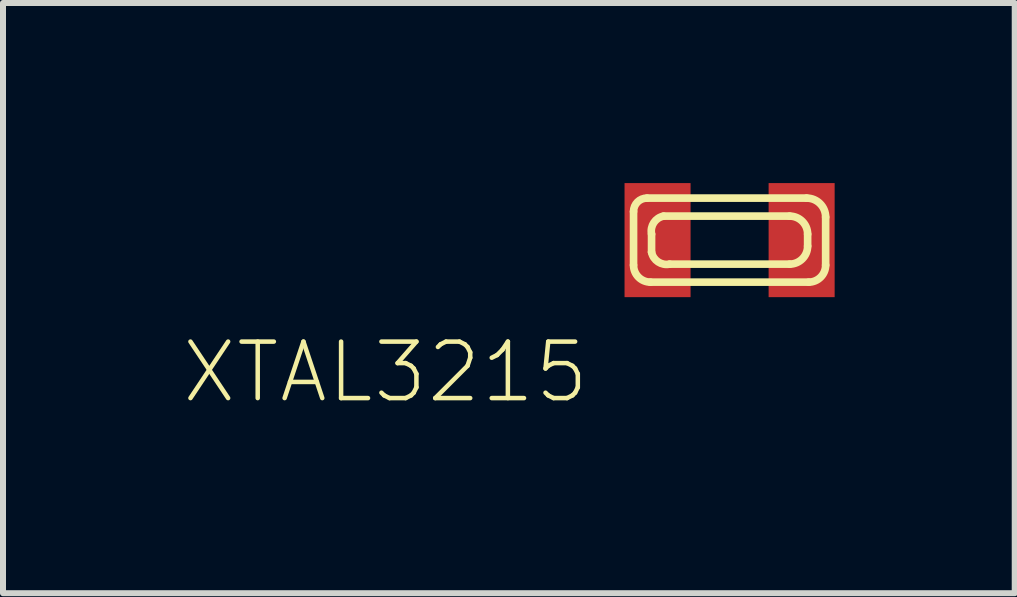
<source format=kicad_pcb>
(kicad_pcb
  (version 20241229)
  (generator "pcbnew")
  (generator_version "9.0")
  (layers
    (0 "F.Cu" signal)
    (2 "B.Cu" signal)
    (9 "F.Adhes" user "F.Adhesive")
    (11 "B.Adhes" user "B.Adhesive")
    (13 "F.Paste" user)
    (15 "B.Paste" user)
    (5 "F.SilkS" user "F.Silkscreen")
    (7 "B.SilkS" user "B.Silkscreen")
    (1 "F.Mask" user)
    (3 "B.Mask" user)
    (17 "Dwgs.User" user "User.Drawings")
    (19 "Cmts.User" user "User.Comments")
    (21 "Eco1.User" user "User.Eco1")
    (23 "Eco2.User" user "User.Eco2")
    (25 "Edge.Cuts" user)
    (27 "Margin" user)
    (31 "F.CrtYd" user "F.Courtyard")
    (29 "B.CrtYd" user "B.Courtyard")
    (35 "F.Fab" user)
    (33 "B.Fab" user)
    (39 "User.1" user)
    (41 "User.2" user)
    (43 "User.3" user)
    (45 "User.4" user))
  (footprint "XTAL3215"
    (layer "F.Cu")
    (at 9.104 0.95)
    (property "Reference" "XTAL3215" (at -2.3 2.2 180) (layer "F.SilkS") (effects (font (size 0.941 0.941) (thickness 0.075)) (justify right)))
    (fp_line (start -1.6 0.417) (end -1.6 -0.476) (stroke (width 0.127) (type solid)) (layer "F.SilkS"))
    (fp_line (start -1.376 -0.7) (end 1.284 -0.7) (stroke (width 0.127) (type solid)) (layer "F.SilkS"))
    (fp_line (start -1.3 0.2) (end -1.3 -0.1) (stroke (width 0.127) (type solid)) (layer "F.SilkS"))
    (fp_line (start -1.1 -0.4) (end 1 -0.4) (stroke (width 0.127) (type solid)) (layer "F.SilkS"))
    (fp_line (start 1 0.4) (end -1 0.4) (stroke (width 0.127) (type solid)) (layer "F.SilkS"))
    (fp_line (start 1.3 -0.1) (end 1.3 0.1) (stroke (width 0.127) (type solid)) (layer "F.SilkS"))
    (fp_line (start 1.317 0.7) (end -1.317 0.7) (stroke (width 0.127) (type solid)) (layer "F.SilkS"))
    (fp_line (start 1.6 -0.384) (end 1.6 0.417) (stroke (width 0.127) (type solid)) (layer "F.SilkS"))
    (fp_arc (start -1.6 -0.4764) (mid -1.534509 -0.634509) (end -1.3764 -0.7) (stroke (width 0.127) (type solid)) (layer "F.SilkS"))
    (fp_arc (start -1.3172 0.7) (mid -1.51717 0.61717) (end -1.6 0.4172) (stroke (width 0.127) (type solid)) (layer "F.SilkS"))
    (fp_arc (start -1.3 -0.1) (mid -1.262161 -0.291441) (end -1.099999 -0.399999) (stroke (width 0.127) (type solid)) (layer "F.SilkS"))
    (fp_arc (start -1 0.4) (mid -1.191422 0.362132) (end -1.300001 0.199999) (stroke (width 0.127) (type solid)) (layer "F.SilkS"))
    (fp_arc (start 1 -0.4) (mid 1.212103 -0.312103) (end 1.3 -0.1) (stroke (width 0.127) (type solid)) (layer "F.SilkS"))
    (fp_arc (start 1.2838 -0.7) (mid 1.507387 -0.607387) (end 1.6 -0.3838) (stroke (width 0.127) (type solid)) (layer "F.SilkS"))
    (fp_arc (start 1.3 0.1) (mid 1.212132 0.312132) (end 0.999999 0.399999) (stroke (width 0.127) (type solid)) (layer "F.SilkS"))
    (fp_arc (start 1.6 0.4172) (mid 1.51717 0.61717) (end 1.3172 0.7) (stroke (width 0.127) (type solid)) (layer "F.SilkS"))
    (pad "P$1" smd rect (at 1.2 0) (size 1.1 1.9) (layers "F.Cu" "F.Mask" "F.Paste"))
    (pad "P$2" smd rect (at -1.2 0 180) (size 1.1 1.9) (layers "F.Cu" "F.Mask" "F.Paste")))
  (gr_rect
    (start -3 -3)
    (end 13.854 6.832)
    (stroke (width 0.1) (type default))
    (fill no)
    (layer "Edge.Cuts")))
</source>
